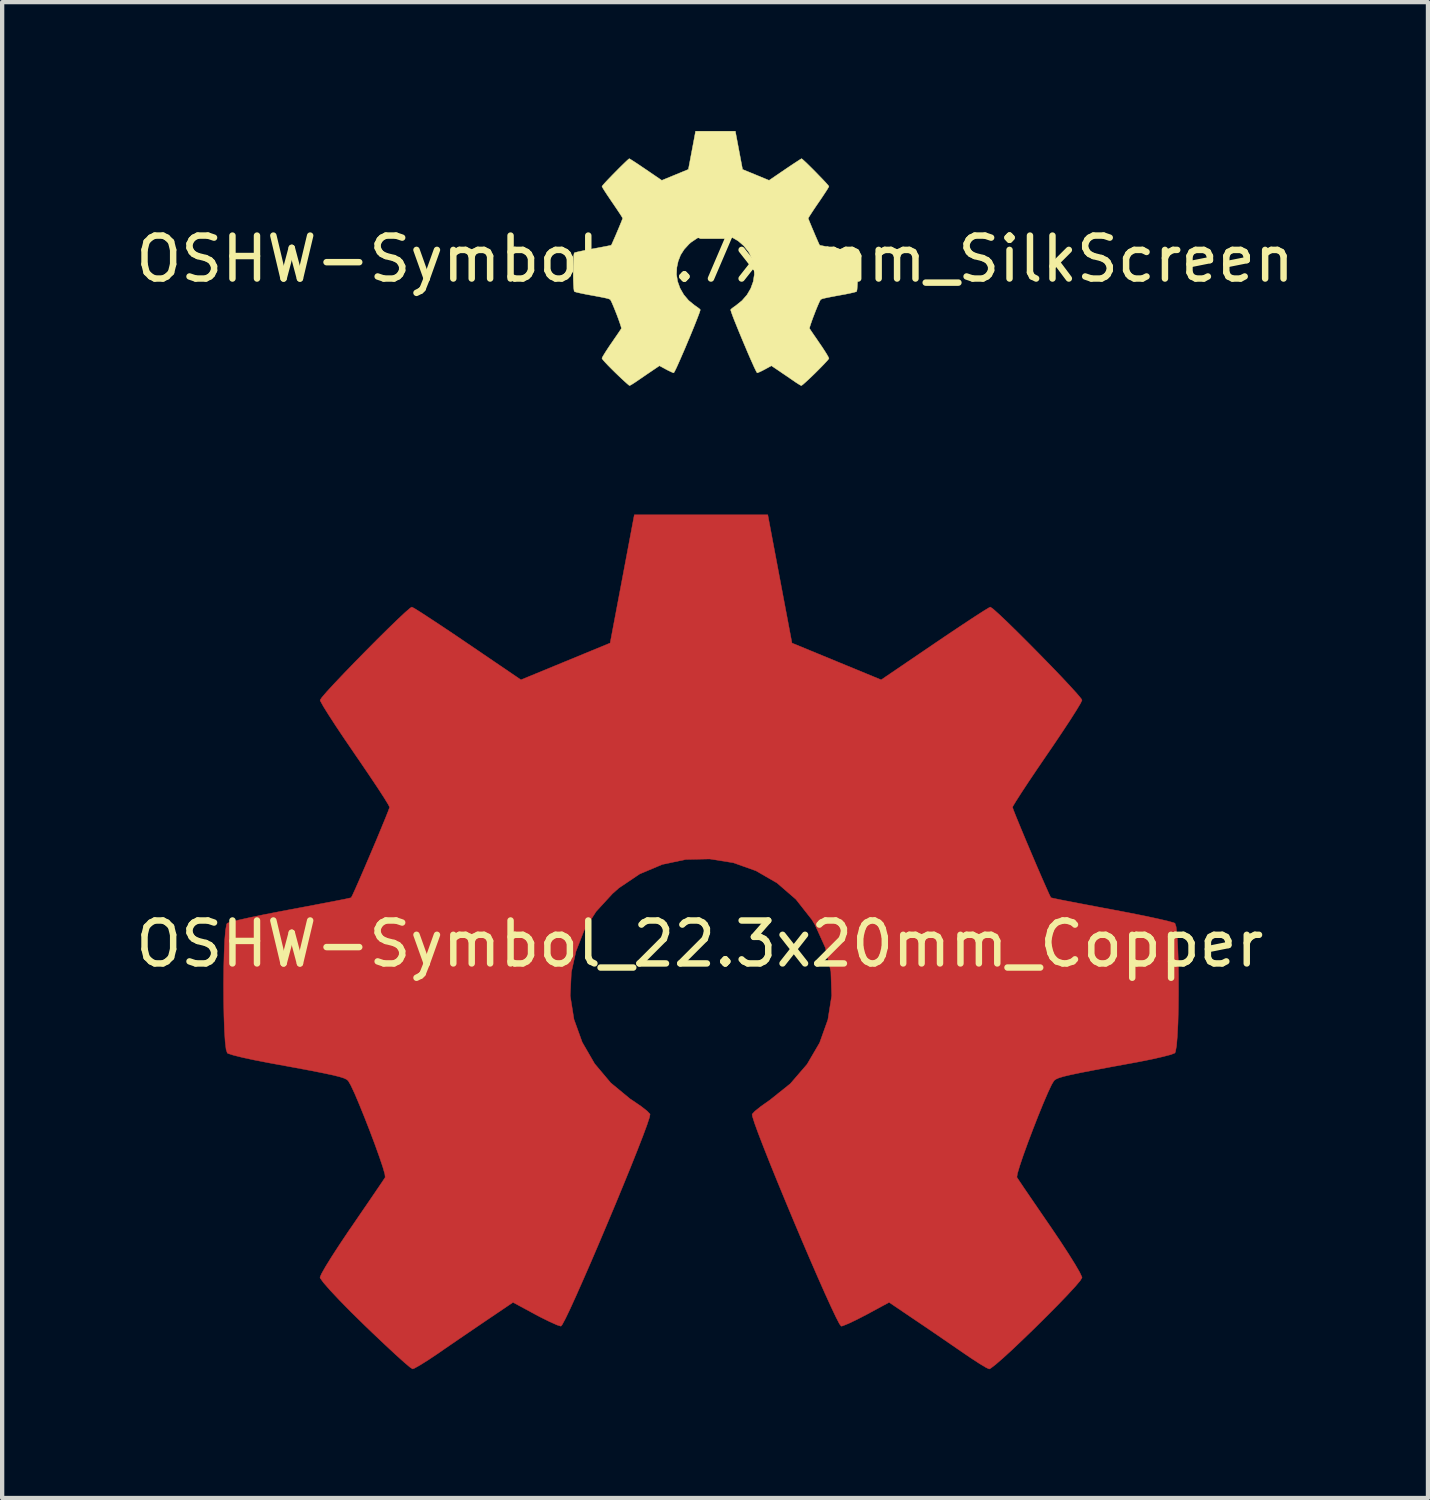
<source format=kicad_pcb>
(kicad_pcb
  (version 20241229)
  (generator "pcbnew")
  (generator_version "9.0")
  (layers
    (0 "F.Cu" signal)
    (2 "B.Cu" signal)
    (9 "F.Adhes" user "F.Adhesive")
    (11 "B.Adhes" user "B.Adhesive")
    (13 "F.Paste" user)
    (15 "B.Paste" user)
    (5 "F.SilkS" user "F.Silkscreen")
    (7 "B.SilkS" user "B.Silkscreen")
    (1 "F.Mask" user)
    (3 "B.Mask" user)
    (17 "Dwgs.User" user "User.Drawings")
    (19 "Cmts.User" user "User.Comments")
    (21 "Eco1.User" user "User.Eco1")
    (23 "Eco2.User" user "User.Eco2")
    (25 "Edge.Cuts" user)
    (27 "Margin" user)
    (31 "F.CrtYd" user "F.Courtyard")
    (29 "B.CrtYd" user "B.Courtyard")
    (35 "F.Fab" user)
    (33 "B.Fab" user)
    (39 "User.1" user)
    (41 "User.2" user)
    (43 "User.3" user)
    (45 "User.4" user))
  (footprint "OSHW-Symbol_22.3x20mm_Copper"
    (layer "F.Cu")
    (at 13.244 18.93)
    (property "Reference" "OSHW-Symbol_22.3x20mm_Copper" (at 0 0 0) (layer "F.SilkS") (effects (font (size 1 1) (thickness 0.15))))
    (attr exclude_from_pos_files exclude_from_bom allow_missing_courtyard)
    (fp_poly (pts (xy 1.866 -8.499) (xy 2.148 -7.006) (xy 3.186 -6.578) (xy 4.225 -6.15) (xy 5.471 -6.997) (xy 5.82 -7.233) (xy 6.135 -7.443) (xy 6.402 -7.619) (xy 6.606 -7.75) (xy 6.733 -7.827) (xy 6.767 -7.844) (xy 6.83 -7.801) (xy 6.962 -7.683) (xy 7.151 -7.505) (xy 7.38 -7.281) (xy 7.635 -7.027) (xy 7.901 -6.758) (xy 8.164 -6.489) (xy 8.408 -6.235) (xy 8.618 -6.011) (xy 8.78 -5.833) (xy 8.879 -5.715) (xy 8.902 -5.676) (xy 8.868 -5.603) (xy 8.773 -5.444) (xy 8.627 -5.214) (xy 8.439 -4.929) (xy 8.22 -4.603) (xy 8.093 -4.418) (xy 7.862 -4.079) (xy 7.656 -3.773) (xy 7.487 -3.516) (xy 7.363 -3.322) (xy 7.294 -3.207) (xy 7.284 -3.182) (xy 7.307 -3.114) (xy 7.371 -2.953) (xy 7.465 -2.724) (xy 7.58 -2.448) (xy 7.707 -2.148) (xy 7.835 -1.847) (xy 7.956 -1.567) (xy 8.06 -1.331) (xy 8.136 -1.161) (xy 8.176 -1.08) (xy 8.179 -1.076) (xy 8.242 -1.061) (xy 8.41 -1.026) (xy 8.666 -0.976) (xy 8.992 -0.914) (xy 9.371 -0.842) (xy 9.591 -0.801) (xy 9.996 -0.724) (xy 10.362 -0.651) (xy 10.669 -0.585) (xy 10.901 -0.531) (xy 11.038 -0.493) (xy 11.066 -0.481) (xy 11.093 -0.4) (xy 11.115 -0.215) (xy 11.131 0.051) (xy 11.143 0.376) (xy 11.149 0.74) (xy 11.15 1.12) (xy 11.146 1.495) (xy 11.137 1.843) (xy 11.122 2.143) (xy 11.103 2.373) (xy 11.078 2.512) (xy 11.064 2.541) (xy 10.976 2.576) (xy 10.79 2.625) (xy 10.531 2.684) (xy 10.222 2.746) (xy 10.114 2.766) (xy 9.595 2.861) (xy 9.185 2.938) (xy 8.87 2.999) (xy 8.638 3.048) (xy 8.473 3.087) (xy 8.364 3.12) (xy 8.296 3.15) (xy 8.256 3.179) (xy 8.25 3.185) (xy 8.194 3.278) (xy 8.108 3.461) (xy 8.001 3.71) (xy 7.882 4.002) (xy 7.759 4.317) (xy 7.64 4.631) (xy 7.535 4.921) (xy 7.452 5.167) (xy 7.399 5.345) (xy 7.385 5.432) (xy 7.386 5.435) (xy 7.433 5.507) (xy 7.539 5.665) (xy 7.694 5.892) (xy 7.886 6.173) (xy 8.104 6.491) (xy 8.166 6.581) (xy 8.387 6.908) (xy 8.581 7.206) (xy 8.739 7.459) (xy 8.849 7.649) (xy 8.9 7.759) (xy 8.902 7.772) (xy 8.859 7.843) (xy 8.74 7.983) (xy 8.56 8.178) (xy 8.335 8.412) (xy 8.079 8.67) (xy 7.809 8.938) (xy 7.539 9.199) (xy 7.286 9.44) (xy 7.063 9.644) (xy 6.887 9.797) (xy 6.773 9.884) (xy 6.741 9.899) (xy 6.667 9.865) (xy 6.517 9.775) (xy 6.314 9.643) (xy 6.158 9.537) (xy 5.874 9.342) (xy 5.539 9.112) (xy 5.203 8.883) (xy 5.022 8.761) (xy 4.41 8.347) (xy 3.896 8.625) (xy 3.662 8.746) (xy 3.463 8.841) (xy 3.329 8.895) (xy 3.294 8.902) (xy 3.253 8.847) (xy 3.172 8.69) (xy 3.057 8.447) (xy 2.913 8.131) (xy 2.748 7.758) (xy 2.567 7.341) (xy 2.376 6.895) (xy 2.182 6.435) (xy 1.99 5.974) (xy 1.806 5.528) (xy 1.637 5.111) (xy 1.489 4.737) (xy 1.367 4.421) (xy 1.278 4.177) (xy 1.228 4.019) (xy 1.22 3.965) (xy 1.284 3.896) (xy 1.424 3.784) (xy 1.611 3.652) (xy 1.626 3.642) (xy 2.11 3.255) (xy 2.499 2.804) (xy 2.792 2.303) (xy 2.984 1.766) (xy 3.073 1.208) (xy 3.054 0.643) (xy 2.925 0.086) (xy 2.683 -0.449) (xy 2.611 -0.566) (xy 2.24 -1.038) (xy 1.801 -1.418) (xy 1.31 -1.702) (xy 0.782 -1.89) (xy 0.232 -1.978) (xy -0.325 -1.966) (xy -0.872 -1.85) (xy -1.397 -1.629) (xy -1.882 -1.302) (xy -2.032 -1.169) (xy -2.414 -0.753) (xy -2.692 -0.315) (xy -2.883 0.176) (xy -2.99 0.662) (xy -3.016 1.208) (xy -2.928 1.758) (xy -2.736 2.291) (xy -2.447 2.79) (xy -2.072 3.236) (xy -1.618 3.611) (xy -1.558 3.65) (xy -1.369 3.779) (xy -1.226 3.891) (xy -1.157 3.963) (xy -1.156 3.965) (xy -1.171 4.042) (xy -1.229 4.218) (xy -1.325 4.477) (xy -1.453 4.806) (xy -1.606 5.19) (xy -1.779 5.614) (xy -1.964 6.063) (xy -2.158 6.525) (xy -2.352 6.984) (xy -2.541 7.425) (xy -2.72 7.835) (xy -2.881 8.198) (xy -3.019 8.501) (xy -3.128 8.728) (xy -3.202 8.866) (xy -3.232 8.902) (xy -3.323 8.874) (xy -3.493 8.798) (xy -3.713 8.689) (xy -3.834 8.625) (xy -4.348 8.347) (xy -4.96 8.761) (xy -5.272 8.973) (xy -5.614 9.206) (xy -5.935 9.426) (xy -6.095 9.537) (xy -6.321 9.688) (xy -6.512 9.808) (xy -6.644 9.882) (xy -6.687 9.897) (xy -6.749 9.856) (xy -6.887 9.739) (xy -7.087 9.559) (xy -7.335 9.328) (xy -7.619 9.059) (xy -7.799 8.886) (xy -8.114 8.577) (xy -8.385 8.301) (xy -8.603 8.069) (xy -8.757 7.893) (xy -8.835 7.786) (xy -8.842 7.764) (xy -8.807 7.681) (xy -8.712 7.513) (xy -8.566 7.277) (xy -8.38 6.991) (xy -8.165 6.67) (xy -8.103 6.581) (xy -7.881 6.256) (xy -7.681 5.964) (xy -7.515 5.72) (xy -7.394 5.542) (xy -7.33 5.445) (xy -7.324 5.435) (xy -7.333 5.358) (xy -7.382 5.189) (xy -7.463 4.95) (xy -7.566 4.663) (xy -7.684 4.35) (xy -7.807 4.035) (xy -7.927 3.739) (xy -8.035 3.484) (xy -8.124 3.294) (xy -8.184 3.19) (xy -8.188 3.185) (xy -8.224 3.155) (xy -8.286 3.126) (xy -8.387 3.094) (xy -8.539 3.056) (xy -8.758 3.009) (xy -9.056 2.95) (xy -9.447 2.877) (xy -9.944 2.786) (xy -10.052 2.766) (xy -10.371 2.704) (xy -10.65 2.644) (xy -10.862 2.591) (xy -10.985 2.551) (xy -11.001 2.541) (xy -11.029 2.458) (xy -11.051 2.273) (xy -11.068 2.006) (xy -11.079 1.68) (xy -11.086 1.316) (xy -11.088 0.936) (xy -11.084 0.561) (xy -11.075 0.213) (xy -11.062 -0.086) (xy -11.042 -0.315) (xy -11.018 -0.453) (xy -11.004 -0.481) (xy -10.922 -0.51) (xy -10.736 -0.556) (xy -10.465 -0.616) (xy -10.127 -0.686) (xy -9.74 -0.761) (xy -9.529 -0.801) (xy -9.129 -0.876) (xy -8.773 -0.944) (xy -8.477 -1.001) (xy -8.259 -1.044) (xy -8.137 -1.071) (xy -8.117 -1.076) (xy -8.083 -1.142) (xy -8.011 -1.3) (xy -7.911 -1.528) (xy -7.792 -1.803) (xy -7.664 -2.103) (xy -7.536 -2.404) (xy -7.419 -2.686) (xy -7.321 -2.924) (xy -7.252 -3.097) (xy -7.222 -3.182) (xy -7.222 -3.185) (xy -7.256 -3.252) (xy -7.351 -3.406) (xy -7.497 -3.631) (xy -7.685 -3.912) (xy -7.904 -4.235) (xy -8.031 -4.42) (xy -8.263 -4.76) (xy -8.469 -5.068) (xy -8.639 -5.33) (xy -8.763 -5.529) (xy -8.83 -5.65) (xy -8.84 -5.677) (xy -8.798 -5.74) (xy -8.682 -5.875) (xy -8.506 -6.066) (xy -8.285 -6.299) (xy -8.035 -6.558) (xy -7.77 -6.828) (xy -7.505 -7.095) (xy -7.255 -7.342) (xy -7.034 -7.556) (xy -6.859 -7.72) (xy -6.743 -7.82) (xy -6.704 -7.844) (xy -6.641 -7.811) (xy -6.489 -7.716) (xy -6.265 -7.57) (xy -5.982 -7.383) (xy -5.655 -7.164) (xy -5.409 -6.997) (xy -4.163 -6.15) (xy -3.124 -6.578) (xy -2.086 -7.006) (xy -1.804 -8.499) (xy -1.523 -9.992) (xy 1.585 -9.992) (xy 1.866 -8.499)) (stroke (width 0.01) (type solid)) (fill yes) (layer "F.Cu")))
  (footprint "OSHW-Symbol_6.7x6mm_SilkScreen"
    (layer "F.Cu")
    (at 13.601 2.981)
    (property "Reference" "OSHW-Symbol_6.7x6mm_SilkScreen" (at 0 0 0) (layer "F.SilkS") (effects (font (size 1 1) (thickness 0.15))))
    (attr exclude_from_pos_files exclude_from_bom allow_missing_courtyard)
    (fp_poly (pts (xy 0.556 -2.531) (xy 0.64 -2.086) (xy 0.949 -1.959) (xy 1.258 -1.831) (xy 1.629 -2.084) (xy 1.733 -2.154) (xy 1.827 -2.217) (xy 1.907 -2.269) (xy 1.967 -2.308) (xy 2.005 -2.331) (xy 2.015 -2.336) (xy 2.034 -2.323) (xy 2.073 -2.288) (xy 2.13 -2.235) (xy 2.198 -2.168) (xy 2.274 -2.093) (xy 2.353 -2.013) (xy 2.431 -1.932) (xy 2.504 -1.857) (xy 2.567 -1.79) (xy 2.615 -1.737) (xy 2.644 -1.702) (xy 2.651 -1.69) (xy 2.641 -1.669) (xy 2.613 -1.621) (xy 2.569 -1.553) (xy 2.513 -1.468) (xy 2.448 -1.371) (xy 2.41 -1.316) (xy 2.341 -1.215) (xy 2.28 -1.124) (xy 2.23 -1.047) (xy 2.193 -0.989) (xy 2.172 -0.955) (xy 2.169 -0.948) (xy 2.176 -0.927) (xy 2.195 -0.879) (xy 2.223 -0.811) (xy 2.257 -0.729) (xy 2.295 -0.64) (xy 2.333 -0.55) (xy 2.369 -0.467) (xy 2.4 -0.396) (xy 2.423 -0.346) (xy 2.435 -0.322) (xy 2.436 -0.321) (xy 2.455 -0.316) (xy 2.505 -0.306) (xy 2.581 -0.291) (xy 2.678 -0.272) (xy 2.791 -0.251) (xy 2.856 -0.239) (xy 2.977 -0.216) (xy 3.086 -0.194) (xy 3.177 -0.174) (xy 3.246 -0.158) (xy 3.287 -0.147) (xy 3.296 -0.143) (xy 3.304 -0.119) (xy 3.31 -0.064) (xy 3.315 0.015) (xy 3.318 0.112) (xy 3.32 0.22) (xy 3.321 0.333) (xy 3.319 0.445) (xy 3.317 0.549) (xy 3.312 0.638) (xy 3.307 0.707) (xy 3.299 0.748) (xy 3.295 0.757) (xy 3.269 0.767) (xy 3.213 0.782) (xy 3.136 0.799) (xy 3.044 0.818) (xy 3.012 0.824) (xy 2.858 0.852) (xy 2.735 0.875) (xy 2.642 0.893) (xy 2.572 0.908) (xy 2.523 0.919) (xy 2.491 0.929) (xy 2.471 0.938) (xy 2.459 0.947) (xy 2.457 0.948) (xy 2.44 0.976) (xy 2.415 1.031) (xy 2.383 1.105) (xy 2.347 1.192) (xy 2.311 1.286) (xy 2.275 1.379) (xy 2.244 1.466) (xy 2.219 1.539) (xy 2.203 1.592) (xy 2.199 1.618) (xy 2.2 1.619) (xy 2.214 1.64) (xy 2.245 1.687) (xy 2.291 1.755) (xy 2.349 1.838) (xy 2.413 1.933) (xy 2.432 1.96) (xy 2.498 2.057) (xy 2.556 2.146) (xy 2.603 2.221) (xy 2.635 2.278) (xy 2.651 2.311) (xy 2.651 2.315) (xy 2.638 2.336) (xy 2.603 2.377) (xy 2.549 2.435) (xy 2.482 2.505) (xy 2.406 2.582) (xy 2.326 2.662) (xy 2.245 2.74) (xy 2.17 2.811) (xy 2.103 2.872) (xy 2.051 2.918) (xy 2.017 2.944) (xy 2.008 2.948) (xy 1.986 2.938) (xy 1.941 2.911) (xy 1.88 2.872) (xy 1.834 2.84) (xy 1.749 2.782) (xy 1.65 2.714) (xy 1.549 2.646) (xy 1.496 2.609) (xy 1.313 2.486) (xy 1.16 2.569) (xy 1.091 2.605) (xy 1.031 2.633) (xy 0.991 2.649) (xy 0.981 2.651) (xy 0.969 2.635) (xy 0.945 2.588) (xy 0.91 2.516) (xy 0.868 2.422) (xy 0.818 2.31) (xy 0.764 2.186) (xy 0.708 2.053) (xy 0.65 1.916) (xy 0.593 1.779) (xy 0.538 1.646) (xy 0.488 1.522) (xy 0.443 1.411) (xy 0.407 1.317) (xy 0.381 1.244) (xy 0.366 1.197) (xy 0.363 1.181) (xy 0.382 1.16) (xy 0.424 1.127) (xy 0.48 1.088) (xy 0.484 1.085) (xy 0.628 0.969) (xy 0.744 0.835) (xy 0.831 0.686) (xy 0.889 0.526) (xy 0.915 0.36) (xy 0.91 0.192) (xy 0.871 0.026) (xy 0.799 -0.134) (xy 0.778 -0.169) (xy 0.667 -0.309) (xy 0.536 -0.422) (xy 0.39 -0.507) (xy 0.233 -0.563) (xy 0.069 -0.589) (xy -0.097 -0.585) (xy -0.26 -0.551) (xy -0.416 -0.485) (xy -0.56 -0.388) (xy -0.605 -0.348) (xy -0.719 -0.224) (xy -0.802 -0.094) (xy -0.859 0.052) (xy -0.89 0.197) (xy -0.898 0.36) (xy -0.872 0.523) (xy -0.815 0.682) (xy -0.729 0.831) (xy -0.617 0.964) (xy -0.482 1.075) (xy -0.464 1.087) (xy -0.408 1.126) (xy -0.365 1.159) (xy -0.345 1.18) (xy -0.344 1.181) (xy -0.349 1.204) (xy -0.366 1.256) (xy -0.395 1.333) (xy -0.433 1.431) (xy -0.478 1.545) (xy -0.53 1.672) (xy -0.585 1.806) (xy -0.643 1.943) (xy -0.7 2.08) (xy -0.757 2.211) (xy -0.81 2.333) (xy -0.858 2.441) (xy -0.899 2.532) (xy -0.932 2.599) (xy -0.954 2.64) (xy -0.963 2.651) (xy -0.99 2.643) (xy -1.04 2.62) (xy -1.106 2.588) (xy -1.142 2.569) (xy -1.295 2.486) (xy -1.477 2.609) (xy -1.57 2.672) (xy -1.672 2.742) (xy -1.767 2.807) (xy -1.815 2.84) (xy -1.882 2.885) (xy -1.939 2.921) (xy -1.979 2.943) (xy -1.991 2.948) (xy -2.01 2.935) (xy -2.051 2.9) (xy -2.11 2.847) (xy -2.185 2.778) (xy -2.269 2.698) (xy -2.323 2.646) (xy -2.416 2.554) (xy -2.497 2.472) (xy -2.562 2.403) (xy -2.608 2.351) (xy -2.631 2.319) (xy -2.633 2.312) (xy -2.623 2.287) (xy -2.594 2.237) (xy -2.551 2.167) (xy -2.496 2.082) (xy -2.432 1.986) (xy -2.413 1.96) (xy -2.347 1.863) (xy -2.287 1.776) (xy -2.238 1.704) (xy -2.202 1.65) (xy -2.183 1.622) (xy -2.181 1.619) (xy -2.184 1.596) (xy -2.199 1.545) (xy -2.223 1.474) (xy -2.253 1.389) (xy -2.288 1.296) (xy -2.325 1.202) (xy -2.361 1.113) (xy -2.393 1.038) (xy -2.419 0.981) (xy -2.437 0.95) (xy -2.438 0.948) (xy -2.449 0.94) (xy -2.468 0.931) (xy -2.498 0.921) (xy -2.543 0.91) (xy -2.608 0.896) (xy -2.697 0.879) (xy -2.813 0.857) (xy -2.962 0.83) (xy -2.994 0.824) (xy -3.089 0.805) (xy -3.172 0.787) (xy -3.235 0.772) (xy -3.271 0.76) (xy -3.276 0.757) (xy -3.284 0.732) (xy -3.291 0.677) (xy -3.296 0.597) (xy -3.3 0.5) (xy -3.302 0.392) (xy -3.302 0.279) (xy -3.301 0.167) (xy -3.298 0.064) (xy -3.294 -0.026) (xy -3.289 -0.094) (xy -3.281 -0.135) (xy -3.277 -0.143) (xy -3.253 -0.152) (xy -3.197 -0.166) (xy -3.117 -0.183) (xy -3.016 -0.204) (xy -2.901 -0.227) (xy -2.838 -0.239) (xy -2.719 -0.261) (xy -2.613 -0.281) (xy -2.524 -0.298) (xy -2.46 -0.311) (xy -2.423 -0.319) (xy -2.417 -0.321) (xy -2.407 -0.34) (xy -2.386 -0.387) (xy -2.356 -0.455) (xy -2.32 -0.537) (xy -2.282 -0.626) (xy -2.244 -0.716) (xy -2.209 -0.8) (xy -2.18 -0.871) (xy -2.16 -0.922) (xy -2.151 -0.948) (xy -2.151 -0.949) (xy -2.161 -0.968) (xy -2.189 -1.014) (xy -2.233 -1.081) (xy -2.289 -1.165) (xy -2.354 -1.261) (xy -2.392 -1.316) (xy -2.461 -1.418) (xy -2.522 -1.509) (xy -2.573 -1.587) (xy -2.61 -1.647) (xy -2.63 -1.683) (xy -2.633 -1.691) (xy -2.62 -1.709) (xy -2.585 -1.75) (xy -2.533 -1.807) (xy -2.467 -1.876) (xy -2.393 -1.953) (xy -2.314 -2.033) (xy -2.235 -2.113) (xy -2.16 -2.187) (xy -2.095 -2.25) (xy -2.043 -2.299) (xy -2.008 -2.329) (xy -1.996 -2.336) (xy -1.978 -2.326) (xy -1.933 -2.298) (xy -1.866 -2.255) (xy -1.781 -2.199) (xy -1.684 -2.133) (xy -1.611 -2.084) (xy -1.24 -1.831) (xy -0.621 -2.086) (xy -0.537 -2.531) (xy -0.453 -2.976) (xy 0.472 -2.976) (xy 0.556 -2.531)) (stroke (width 0.01) (type solid)) (fill yes) (layer "F.SilkS")))
  (gr_rect
    (start -3 -3)
    (end 30.202 31.834)
    (stroke (width 0.1) (type default))
    (fill no)
    (layer "Edge.Cuts")))
</source>
